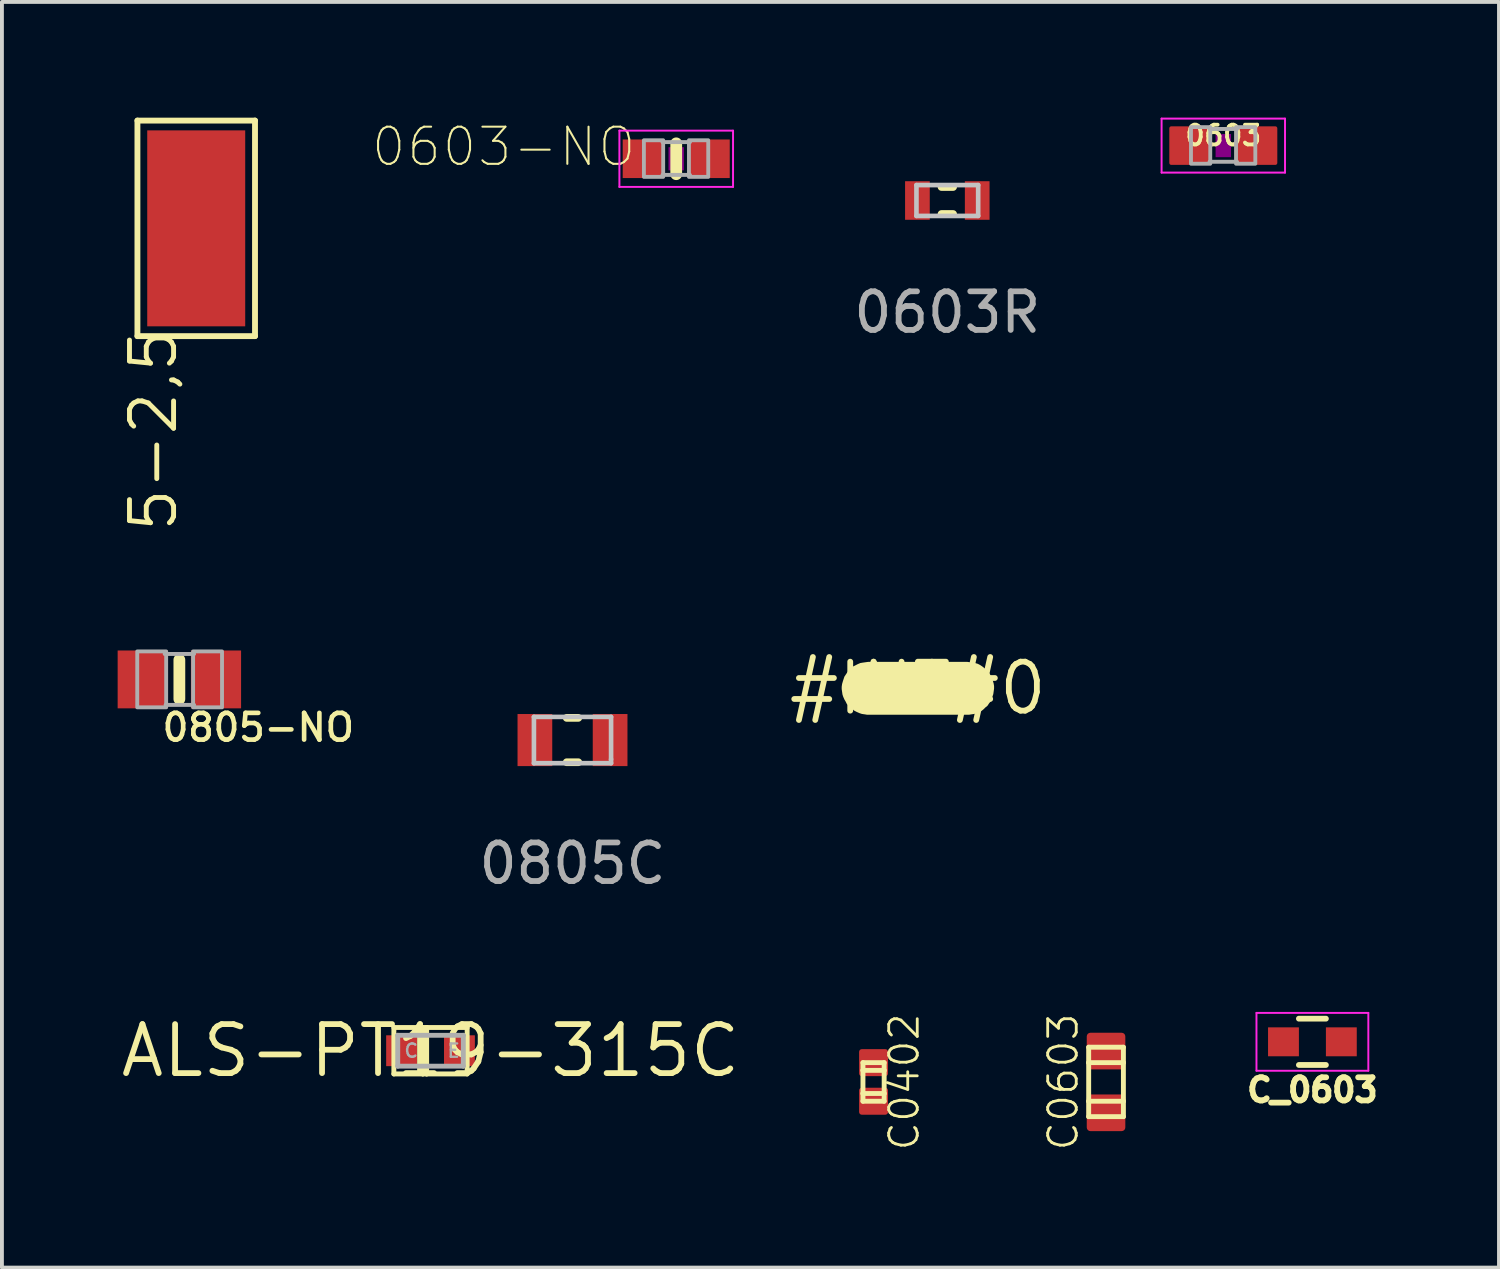
<source format=kicad_pcb>
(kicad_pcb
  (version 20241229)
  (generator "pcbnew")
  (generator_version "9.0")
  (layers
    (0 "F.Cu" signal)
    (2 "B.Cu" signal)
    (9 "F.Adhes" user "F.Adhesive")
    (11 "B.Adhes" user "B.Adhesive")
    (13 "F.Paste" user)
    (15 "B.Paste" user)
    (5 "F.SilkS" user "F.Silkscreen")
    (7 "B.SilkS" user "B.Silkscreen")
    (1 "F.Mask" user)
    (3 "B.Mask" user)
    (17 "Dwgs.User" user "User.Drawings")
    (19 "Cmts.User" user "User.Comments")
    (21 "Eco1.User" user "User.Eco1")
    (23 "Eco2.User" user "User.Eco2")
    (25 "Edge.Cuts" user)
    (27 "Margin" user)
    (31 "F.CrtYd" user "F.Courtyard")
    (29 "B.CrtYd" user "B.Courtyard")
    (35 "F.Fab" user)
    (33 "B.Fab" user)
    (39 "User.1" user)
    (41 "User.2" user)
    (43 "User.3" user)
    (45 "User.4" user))
  (footprint "ALS-PT19-315C"
    (layer "F.Cu")
    (at 8.111 24.19)
    (property "Reference" "ALS-PT19-315C" (at 0 0 0) (layer "F.SilkS") (effects (font (size 1.27 1.27) (thickness 0.15))))
    (fp_line (start -0.95 -0.602) (end -0.2 -0.602) (stroke (width 0.127) (type solid)) (layer "F.SilkS"))
    (fp_line (start -0.95 0.602) (end -0.95 -0.602) (stroke (width 0.127) (type solid)) (layer "F.SilkS"))
    (fp_line (start -0.2 -0.602) (end -0.2 0.602) (stroke (width 0.127) (type solid)) (layer "F.SilkS"))
    (fp_line (start -0.2 -0.602) (end -0.1 -0.602) (stroke (width 0.127) (type solid)) (layer "F.SilkS"))
    (fp_line (start -0.2 0.602) (end -0.95 0.602) (stroke (width 0.127) (type solid)) (layer "F.SilkS"))
    (fp_line (start -0.2 0.602) (end -0.1 0.602) (stroke (width 0.127) (type solid)) (layer "F.SilkS"))
    (fp_line (start -0.1 -0.602) (end 0.95 -0.602) (stroke (width 0.127) (type solid)) (layer "F.SilkS"))
    (fp_line (start -0.1 0.602) (end -0.1 -0.602) (stroke (width 0.127) (type solid)) (layer "F.SilkS"))
    (fp_line (start 0.95 -0.602) (end 0.95 0.602) (stroke (width 0.127) (type solid)) (layer "F.SilkS"))
    (fp_line (start 0.95 0.602) (end -0.1 0.602) (stroke (width 0.127) (type solid)) (layer "F.SilkS"))
    (fp_line (start -0.85 -0.4) (end 0.85 -0.4) (stroke (width 0.127) (type solid)) (layer "F.Fab"))
    (fp_line (start -0.85 0.4) (end -0.85 -0.4) (stroke (width 0.127) (type solid)) (layer "F.Fab"))
    (fp_line (start 0.85 -0.4) (end 0.85 0.4) (stroke (width 0.127) (type solid)) (layer "F.Fab"))
    (fp_line (start 0.85 0.4) (end -0.85 0.4) (stroke (width 0.127) (type solid)) (layer "F.Fab"))
    (fp_text user "E" (at 0.6 0 0) (layer "F.Fab") (effects (font (size 0.345 0.345) (thickness 0.061))))
    (fp_text user "C" (at -0.5 0 0) (layer "F.Fab") (effects (font (size 0.345 0.345) (thickness 0.061))))
    (pad "C" smd rect (at -0.75 0) (size 0.8 0.8) (layers "F.Cu" "F.Mask" "F.Paste"))
    (pad "E" smd rect (at 0.75 0) (size 0.8 0.8) (layers "F.Cu" "F.Mask" "F.Paste")))
  (footprint "0805-NO"
    (layer "F.Cu")
    (at 1.6 14.564)
    (property "Reference" "0805-NO" (at -0.508 1.651 0) (layer "F.SilkS") (effects (font (size 0.693 0.693) (thickness 0.12)) (justify left bottom)))
    (fp_line (start 0 -0.508) (end 0 0.508) (stroke (width 0.305) (type solid)) (layer "F.SilkS"))
    (fp_line (start -0.381 -0.66) (end 0.381 -0.66) (stroke (width 0.102) (type solid)) (layer "F.Fab"))
    (fp_line (start -0.356 0.66) (end 0.381 0.66) (stroke (width 0.102) (type solid)) (layer "F.Fab"))
    (fp_poly (pts (xy -1.092 0.724) (xy -0.342 0.724) (xy -0.342 -0.726) (xy -1.092 -0.726)) (stroke (width 0.1) (type default)) (fill no) (layer "F.Fab"))
    (fp_poly (pts (xy 0.356 0.724) (xy 1.106 0.724) (xy 1.106 -0.726) (xy 0.356 -0.726)) (stroke (width 0.1) (type default)) (fill no) (layer "F.Fab"))
    (pad "1" smd rect (at -0.95 0) (size 1.3 1.5) (layers "F.Cu" "F.Mask" "F.Paste"))
    (pad "2" smd rect (at 0.95 0) (size 1.3 1.5) (layers "F.Cu" "F.Mask" "F.Paste")))
  (footprint "#INT#0"
    (layer "F.Cu")
    (at 20.746 14.794)
    (property "Reference" "#INT#0" (at 0 0 0) (layer "F.SilkS") (effects (font (size 1.27 1.27) (thickness 0.15))))
    (fp_poly (pts (xy 1.35 -0.675) (xy 1.421 -0.675) (xy 1.481 -0.655) (xy 1.552 -0.635) (xy 1.613 -0.604) (xy 1.673 -0.564) (xy 1.723 -0.524) (xy 1.773 -0.484) (xy 1.824 -0.433) (xy 1.864 -0.373) (xy 1.925 -0.252) (xy 1.945 -0.191) (xy 1.965 -0.121) (xy 1.975 -0.06) (xy 1.975 0.01) (xy 1.965 0.081) (xy 1.955 0.151) (xy 1.935 0.211) (xy 1.915 0.282) (xy 1.884 0.343) (xy 1.844 0.393) (xy 1.804 0.453) (xy 1.753 0.494) (xy 1.703 0.544) (xy 1.653 0.584) (xy 1.592 0.615) (xy 1.522 0.645) (xy 1.461 0.665) (xy 1.391 0.675) (xy 1.33 0.685) (xy -1.32 0.685) (xy -1.381 0.675) (xy -1.451 0.665) (xy -1.512 0.645) (xy -1.582 0.615) (xy -1.643 0.584) (xy -1.693 0.544) (xy -1.753 0.504) (xy -1.794 0.453) (xy -1.844 0.403) (xy -1.874 0.342) (xy -1.904 0.292) (xy -1.935 0.222) (xy -1.955 0.161) (xy -1.965 0.091) (xy -1.975 0.02) (xy -1.975 -0.04) (xy -1.965 -0.111) (xy -1.945 -0.181) (xy -1.925 -0.242) (xy -1.905 -0.302) (xy -1.824 -0.423) (xy -1.784 -0.473) (xy -1.733 -0.524) (xy -1.683 -0.564) (xy -1.622 -0.594) (xy -1.562 -0.625) (xy -1.491 -0.655) (xy -1.431 -0.665) (xy -1.361 -0.675) (xy -1.29 -0.685) (xy 1.28 -0.685)) (stroke (width 0) (type default)) (fill yes) (layer "F.SilkS")))
  (footprint "0603-NO"
    (layer "F.Cu")
    (at 14.481 1.066)
    (property "Reference" "0603-NO" (at -1 -0.875 180) (layer "F.SilkS") (effects (font (size 0.963 0.963) (thickness 0.053)) (justify right top)))
    (fp_line (start 0 -0.4) (end 0 0.4) (stroke (width 0.305) (type solid)) (layer "F.SilkS"))
    (fp_poly (pts (xy -0.2 0.3) (xy 0.2 0.3) (xy 0.2 -0.3) (xy -0.2 -0.3)) (stroke (width 0) (type default)) (fill yes) (layer "F.Adhes"))
    (fp_line (start -1.473 -0.729) (end 1.473 -0.729) (stroke (width 0.051) (type solid)) (layer "F.CrtYd"))
    (fp_line (start -1.473 0.729) (end -1.473 -0.729) (stroke (width 0.051) (type solid)) (layer "F.CrtYd"))
    (fp_line (start 1.473 -0.729) (end 1.473 0.729) (stroke (width 0.051) (type solid)) (layer "F.CrtYd"))
    (fp_line (start 1.473 0.729) (end -1.473 0.729) (stroke (width 0.051) (type solid)) (layer "F.CrtYd"))
    (fp_line (start -0.356 -0.432) (end 0.356 -0.432) (stroke (width 0.102) (type solid)) (layer "F.Fab"))
    (fp_line (start -0.356 0.419) (end 0.356 0.419) (stroke (width 0.102) (type solid)) (layer "F.Fab"))
    (fp_poly (pts (xy -0.838 0.47) (xy -0.338 0.47) (xy -0.338 -0.48) (xy -0.838 -0.48)) (stroke (width 0.1) (type default)) (fill no) (layer "F.Fab"))
    (fp_poly (pts (xy 0.33 0.47) (xy 0.83 0.47) (xy 0.83 -0.48) (xy 0.33 -0.48)) (stroke (width 0.1) (type default)) (fill no) (layer "F.Fab"))
    (pad "1" smd rect (at -0.85 0) (size 1.075 1) (layers "F.Cu" "F.Mask" "F.Paste"))
    (pad "2" smd rect (at 0.85 0) (size 1.075 1) (layers "F.Cu" "F.Mask" "F.Paste")))
  (footprint "5-2,5"
    (layer "F.Cu")
    (at 2.037 2.87)
    (property "Reference" "5-2,5" (at -1.778 2.54 90) (layer "F.SilkS") (effects (font (size 1.143 1.143) (thickness 0.127)) (justify right top)))
    (fp_line (start -1.524 2.794) (end -1.524 -2.794) (stroke (width 0.152) (type solid)) (layer "F.SilkS"))
    (fp_line (start -1.524 2.794) (end 1.524 2.794) (stroke (width 0.152) (type solid)) (layer "F.SilkS"))
    (fp_line (start 1.524 -2.794) (end -1.524 -2.794) (stroke (width 0.152) (type solid)) (layer "F.SilkS"))
    (fp_line (start 1.524 -2.794) (end 1.524 2.794) (stroke (width 0.152) (type solid)) (layer "F.SilkS"))
    (pad "1" smd rect (at 0 0) (size 2.54 5.08) (layers "F.Cu" "F.Mask" "F.Paste")))
  (footprint "0603R"
    (layer "F.Cu")
    (at 21.509 2.148)
    (property "Reference" "0603R" (at 0 -1.3 0) (unlocked yes) (layer "User.1") (effects (font (size 1 1) (thickness 0.15))))
    (fp_line (start -0.15 -0.35) (end 0.15 -0.35) (stroke (width 0.2) (type solid)) (layer "F.SilkS"))
    (fp_line (start -0.15 0.35) (end 0.15 0.35) (stroke (width 0.2) (type solid)) (layer "F.SilkS"))
    (fp_line (start -0.8 -0.4) (end 0.8 -0.4) (stroke (width 0.12) (type solid)) (layer "Dwgs.User"))
    (fp_line (start -0.8 0.4) (end -0.8 -0.4) (stroke (width 0.12) (type solid)) (layer "Dwgs.User"))
    (fp_line (start 0.8 -0.4) (end 0.8 0.4) (stroke (width 0.12) (type solid)) (layer "Dwgs.User"))
    (fp_line (start 0.8 0.4) (end -0.8 0.4) (stroke (width 0.12) (type solid)) (layer "Dwgs.User"))
    (fp_text user "${REFERENCE}" (at 0 2.9 0) (unlocked yes) (layer "F.Fab") (effects (font (size 1 1) (thickness 0.15))))
    (pad "1" smd rect (at -0.775 0 90) (size 1 0.64) (layers "F.Cu" "F.Mask" "F.Paste"))
    (pad "2" smd rect (at 0.775 0 90) (size 1 0.64) (layers "F.Cu" "F.Mask" "F.Paste")))
  (footprint "0805C"
    (layer "F.Cu")
    (at 11.792 16.136)
    (property "Reference" "0805C" (at 0 -1.5 0) (unlocked yes) (layer "User.1") (effects (font (size 1 1) (thickness 0.15))))
    (fp_line (start -0.15 -0.575) (end 0.15 -0.575) (stroke (width 0.2) (type solid)) (layer "F.SilkS"))
    (fp_line (start -0.15 0.575) (end 0.15 0.575) (stroke (width 0.2) (type solid)) (layer "F.SilkS"))
    (fp_line (start -1 -0.6) (end 1 -0.6) (stroke (width 0.12) (type solid)) (layer "Dwgs.User"))
    (fp_line (start -1 0.6) (end -1 -0.6) (stroke (width 0.12) (type solid)) (layer "Dwgs.User"))
    (fp_line (start 1 -0.6) (end 1 0.5) (stroke (width 0.12) (type solid)) (layer "Dwgs.User"))
    (fp_line (start 1 0.5) (end 1 0.6) (stroke (width 0.12) (type solid)) (layer "Dwgs.User"))
    (fp_line (start 1 0.6) (end -1 0.6) (stroke (width 0.12) (type solid)) (layer "Dwgs.User"))
    (fp_text user "${REFERENCE}" (at 0 3.2 0) (unlocked yes) (layer "F.Fab") (effects (font (size 1 1) (thickness 0.15))))
    (pad "1" smd rect (at -0.975 0 90) (size 1.35 0.9) (layers "F.Cu" "F.Mask" "F.Paste"))
    (pad "2" smd rect (at 0.975 0 90) (size 1.35 0.9) (layers "F.Cu" "F.Mask" "F.Paste")))
  (footprint "C_0603"
    (layer "F.Cu")
    (at 30.974 23.959)
    (property "Reference" "C_0603" (at 0 1.25 0) (layer "F.SilkS") (effects (font (size 0.6 0.6) (thickness 0.15))))
    (attr smd)
    (fp_line (start -0.35 -0.6) (end 0.35 -0.6) (stroke (width 0.15) (type solid)) (layer "F.SilkS"))
    (fp_line (start 0.35 0.6) (end -0.35 0.6) (stroke (width 0.15) (type solid)) (layer "F.SilkS"))
    (fp_line (start -1.45 -0.75) (end -1.45 0.75) (stroke (width 0.05) (type solid)) (layer "F.CrtYd"))
    (fp_line (start -1.45 -0.75) (end 1.45 -0.75) (stroke (width 0.05) (type solid)) (layer "F.CrtYd"))
    (fp_line (start -1.45 0.75) (end 1.45 0.75) (stroke (width 0.05) (type solid)) (layer "F.CrtYd"))
    (fp_line (start 1.45 -0.75) (end 1.45 0.75) (stroke (width 0.05) (type solid)) (layer "F.CrtYd"))
    (pad "1" smd rect (at -0.75 0) (size 0.8 0.75) (layers "F.Cu" "F.Mask" "F.Paste"))
    (pad "2" smd rect (at 0.75 0) (size 0.8 0.75) (layers "F.Cu" "F.Mask" "F.Paste")))
  (footprint "0603"
    (layer "F.Cu")
    (at 28.664 0.725)
    (property "Reference" "0603" (at 0 -0.562 180) (layer "F.SilkS") (effects (font (size 0.512 0.512) (thickness 0.098)) (justify top)))
    (fp_poly (pts (xy -0.2 0.3) (xy 0.2 0.3) (xy 0.2 -0.3) (xy -0.2 -0.3)) (stroke (width 0) (type default)) (fill yes) (layer "F.Adhes"))
    (fp_line (start -1.6 -0.7) (end 1.6 -0.7) (stroke (width 0.051) (type solid)) (layer "F.CrtYd"))
    (fp_line (start -1.6 0.7) (end -1.6 -0.7) (stroke (width 0.051) (type solid)) (layer "F.CrtYd"))
    (fp_line (start 1.6 -0.7) (end 1.6 0.7) (stroke (width 0.051) (type solid)) (layer "F.CrtYd"))
    (fp_line (start 1.6 0.7) (end -1.6 0.7) (stroke (width 0.051) (type solid)) (layer "F.CrtYd"))
    (fp_line (start -0.356 -0.432) (end 0.356 -0.432) (stroke (width 0.102) (type solid)) (layer "F.Fab"))
    (fp_line (start -0.356 0.419) (end 0.356 0.419) (stroke (width 0.102) (type solid)) (layer "F.Fab"))
    (fp_poly (pts (xy -0.838 0.47) (xy -0.338 0.47) (xy -0.338 -0.48) (xy -0.838 -0.48)) (stroke (width 0.1) (type default)) (fill no) (layer "F.Fab"))
    (fp_poly (pts (xy 0.33 0.47) (xy 0.83 0.47) (xy 0.83 -0.48) (xy 0.33 -0.48)) (stroke (width 0.1) (type default)) (fill no) (layer "F.Fab"))
    (pad "1" smd roundrect (at -0.85 0) (size 1.1 1) (layers "F.Cu" "F.Mask" "F.Paste") (roundrect_rratio 0.051))
    (pad "2" smd roundrect (at 0.85 0) (size 1.1 1) (layers "F.Cu" "F.Mask" "F.Paste") (roundrect_rratio 0.051)))
  (footprint "C0603"
    (layer "F.Cu")
    (at 25.624 24.999)
    (property "Reference" "C0603" (at -1.111 0 270) (layer "F.SilkS") (effects (font (size 0.74 0.74) (thickness 0.073))))
    (fp_line (start -0.45 -0.9) (end -0.45 -0.5) (stroke (width 0.127) (type solid)) (layer "F.SilkS"))
    (fp_line (start -0.45 -0.5) (end -0.45 0.5) (stroke (width 0.127) (type solid)) (layer "F.SilkS"))
    (fp_line (start -0.45 0.5) (end -0.45 0.9) (stroke (width 0.127) (type solid)) (layer "F.SilkS"))
    (fp_line (start 0.45 -0.9) (end -0.45 -0.9) (stroke (width 0.127) (type solid)) (layer "F.SilkS"))
    (fp_line (start 0.45 -0.9) (end 0.45 -0.5) (stroke (width 0.127) (type solid)) (layer "F.SilkS"))
    (fp_line (start 0.45 -0.5) (end -0.45 -0.5) (stroke (width 0.127) (type solid)) (layer "F.SilkS"))
    (fp_line (start 0.45 -0.5) (end 0.45 0.5) (stroke (width 0.127) (type solid)) (layer "F.SilkS"))
    (fp_line (start 0.45 0.5) (end -0.45 0.5) (stroke (width 0.127) (type solid)) (layer "F.SilkS"))
    (fp_line (start 0.45 0.5) (end 0.45 0.9) (stroke (width 0.127) (type solid)) (layer "F.SilkS"))
    (fp_line (start 0.45 0.9) (end -0.45 0.9) (stroke (width 0.127) (type solid)) (layer "F.SilkS"))
    (pad "1" smd roundrect (at 0 -0.8) (size 1 0.95) (layers "F.Cu" "F.Mask" "F.Paste") (roundrect_rratio 0.1))
    (pad "2" smd roundrect (at 0 0.8) (size 1 0.95) (layers "F.Cu" "F.Mask" "F.Paste") (roundrect_rratio 0.1)))
  (footprint "C0402"
    (layer "F.Cu")
    (at 19.597 24.999)
    (property "Reference" "C0402" (at 0.794 0 270) (layer "F.SilkS") (effects (font (size 0.74 0.74) (thickness 0.073))))
    (fp_line (start -0.275 -0.5) (end -0.275 -0.3) (stroke (width 0.127) (type solid)) (layer "F.SilkS"))
    (fp_line (start -0.275 -0.5) (end 0.275 -0.5) (stroke (width 0.127) (type solid)) (layer "F.SilkS"))
    (fp_line (start -0.275 -0.3) (end -0.275 0.3) (stroke (width 0.127) (type solid)) (layer "F.SilkS"))
    (fp_line (start -0.275 -0.3) (end 0.275 -0.3) (stroke (width 0.127) (type solid)) (layer "F.SilkS"))
    (fp_line (start -0.275 0.3) (end -0.275 0.5) (stroke (width 0.127) (type solid)) (layer "F.SilkS"))
    (fp_line (start -0.275 0.3) (end 0.275 0.3) (stroke (width 0.127) (type solid)) (layer "F.SilkS"))
    (fp_line (start -0.275 0.5) (end 0.275 0.5) (stroke (width 0.127) (type solid)) (layer "F.SilkS"))
    (fp_line (start 0.275 -0.5) (end 0.275 -0.3) (stroke (width 0.127) (type solid)) (layer "F.SilkS"))
    (fp_line (start 0.275 -0.3) (end 0.275 0.3) (stroke (width 0.127) (type solid)) (layer "F.SilkS"))
    (fp_line (start 0.275 0.3) (end 0.275 0.5) (stroke (width 0.127) (type solid)) (layer "F.SilkS"))
    (pad "1" smd roundrect (at 0 -0.5) (size 0.75 0.7) (layers "F.Cu" "F.Mask" "F.Paste") (roundrect_rratio 0.1))
    (pad "2" smd roundrect (at 0 0.5) (size 0.75 0.7) (layers "F.Cu" "F.Mask" "F.Paste") (roundrect_rratio 0.1)))
  (gr_rect
    (start -3 -3)
    (end 35.811 29.813)
    (stroke (width 0.1) (type default))
    (fill no)
    (layer "Edge.Cuts")))
</source>
